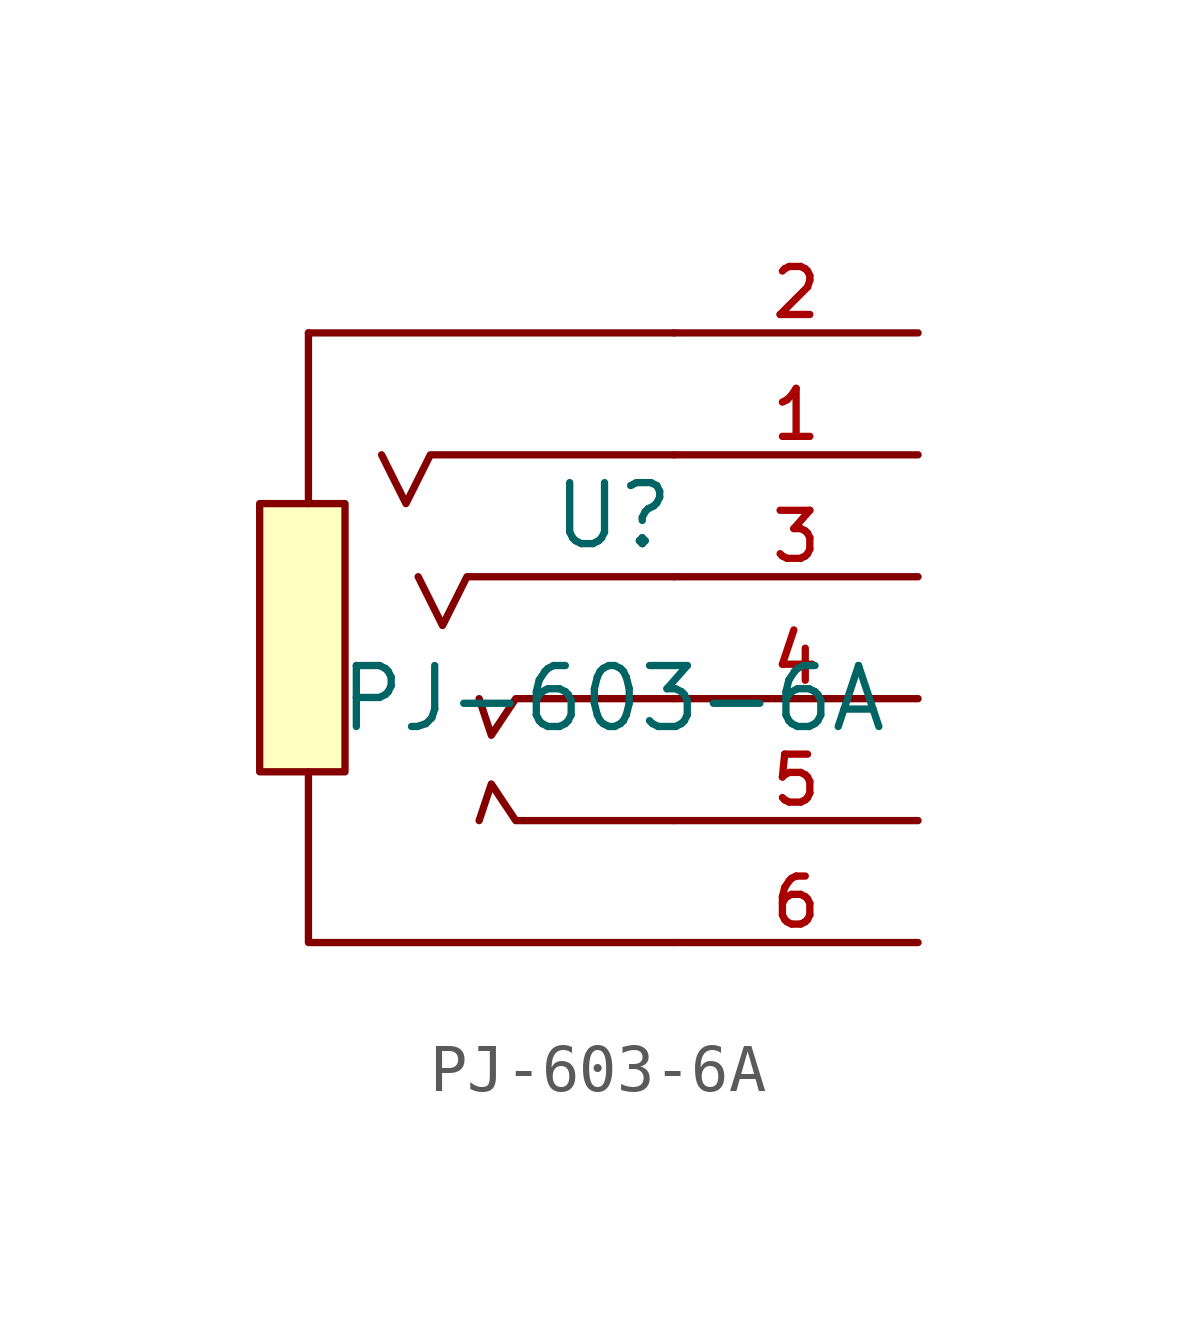
<source format=kicad_sym>
(kicad_symbol_lib
  (version 20210201)
  (generator TousstNicolas/JLC2KiCad_lib)
  (symbol "PJ-603-6A"
    (pin_names hide)
    (property "Reference" "U"
      (at 0 1.27 0)
      (effects (font (size 1.27 1.27))))
    (property "Value" "PJ-603-6A"
      (at 0 -2.54 0)
      (effects (font (size 1.27 1.27))))
    (symbol "PJ-603-6A_0_1"
      (polyline (pts (xy -6.35 5.08) (xy 1.27 5.08)) (stroke (width 0) (type default) (color 0 0 0 0)) (fill (type none)))
      (polyline (pts (xy -6.35 5.08) (xy -6.35 1.524)) (stroke (width 0) (type default) (color 0 0 0 0)) (fill (type none)))
      (rectangle (start -7.366 1.524) (end -5.588 -4.064) (stroke (width 0) (type default) (color 0 0 0 0)) (fill (type background)))
      (polyline (pts (xy -6.35 -4.064) (xy -6.35 -7.62) (xy 1.27 -7.62)) (stroke (width 0) (type default) (color 0 0 0 0)) (fill (type none)))
      (polyline (pts (xy 1.27 2.54) (xy -3.81 2.54) (xy -4.318 1.524) (xy -4.826 2.54)) (stroke (width 0) (type default) (color 0 0 0 0)) (fill (type none)))
      (polyline (pts (xy 1.27 -0.0) (xy -3.048 -0.0) (xy -3.556 -1.016) (xy -4.064 -0.0)) (stroke (width 0) (type default) (color 0 0 0 0)) (fill (type none)))
      (polyline (pts (xy 1.27 -2.54) (xy -2.032 -2.54) (xy -2.54 -3.302) (xy -2.794 -2.54)) (stroke (width 0) (type default) (color 0 0 0 0)) (fill (type none)))
      (polyline (pts (xy 1.27 -5.08) (xy -2.032 -5.08) (xy -2.54 -4.318) (xy -2.794 -5.08)) (stroke (width 0) (type default) (color 0 0 0 0)) (fill (type none)))
      (pin unspecified line (at 6.35 2.54 180) (length 5.08) (name "1" (effects (font (size 1 1)))) (number "1" (effects (font (size 1 1)))))
      (pin unspecified line (at 6.35 5.08 180) (length 5.08) (name "2" (effects (font (size 1 1)))) (number "2" (effects (font (size 1 1)))))
      (pin unspecified line (at 6.35 -0.0 180) (length 5.08) (name "3" (effects (font (size 1 1)))) (number "3" (effects (font (size 1 1)))))
      (pin unspecified line (at 6.35 -2.54 180) (length 5.08) (name "4" (effects (font (size 1 1)))) (number "4" (effects (font (size 1 1)))))
      (pin unspecified line (at 6.35 -5.08 180) (length 5.08) (name "5" (effects (font (size 1 1)))) (number "5" (effects (font (size 1 1)))))
      (pin unspecified line (at 6.35 -7.62 180) (length 5.08) (name "6" (effects (font (size 1 1)))) (number "6" (effects (font (size 1 1))))))))
</source>
